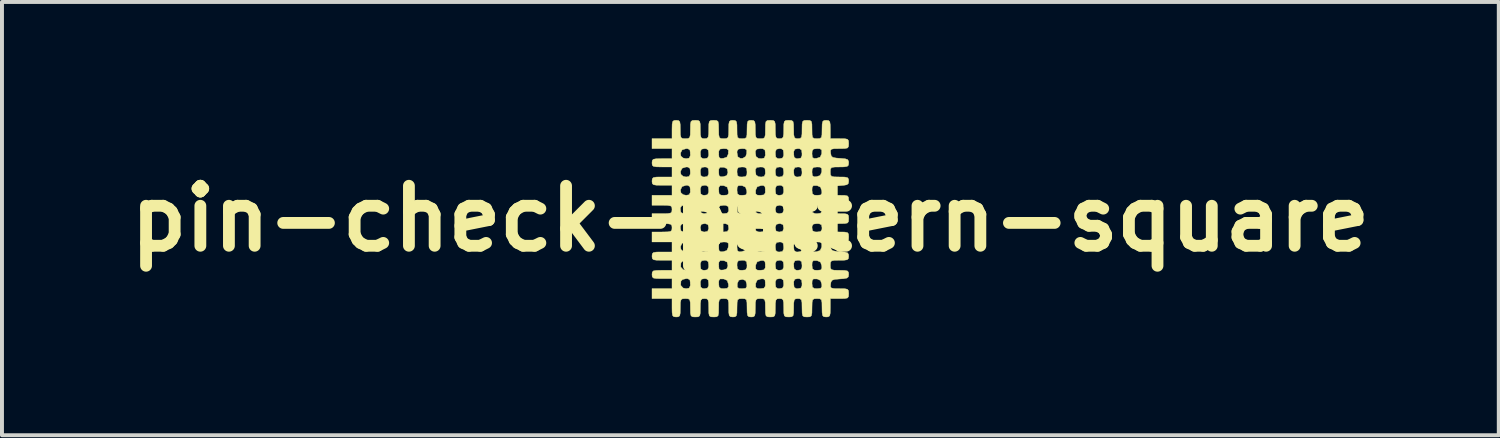
<source format=kicad_pcb>
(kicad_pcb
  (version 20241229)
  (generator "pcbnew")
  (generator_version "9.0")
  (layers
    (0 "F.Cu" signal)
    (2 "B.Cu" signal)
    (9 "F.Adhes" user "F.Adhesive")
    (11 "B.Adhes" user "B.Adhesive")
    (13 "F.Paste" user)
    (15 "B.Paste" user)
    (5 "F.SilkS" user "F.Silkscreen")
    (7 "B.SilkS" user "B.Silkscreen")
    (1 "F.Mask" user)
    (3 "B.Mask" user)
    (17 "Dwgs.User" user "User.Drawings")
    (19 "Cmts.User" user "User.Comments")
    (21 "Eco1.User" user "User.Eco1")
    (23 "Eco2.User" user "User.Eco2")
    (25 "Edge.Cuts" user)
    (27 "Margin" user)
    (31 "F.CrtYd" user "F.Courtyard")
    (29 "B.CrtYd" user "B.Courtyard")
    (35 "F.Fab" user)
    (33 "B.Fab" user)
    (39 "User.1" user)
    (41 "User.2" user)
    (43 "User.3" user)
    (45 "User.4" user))
  (footprint "pin-check-pattern-square"
    (layer "F.Cu")
    (at 16.009 2.503)
    (property "Reference" "pin-check-pattern-square" (at 0 0 0) (layer "F.SilkS") (effects (font (size 1.524 1.524) (thickness 0.3))))
    (attr through_hole)
    (fp_poly (pts (xy -1.324 -2.494) (xy -1.287 -2.468) (xy -1.272 -2.4) (xy -1.27 -2.268) (xy -1.27 -2.265) (xy -1.267 -2.131) (xy -1.253 -2.062) (xy -1.217 -2.036) (xy -1.164 -2.032) (xy -1.104 -2.038) (xy -1.072 -2.07) (xy -1.06 -2.149) (xy -1.058 -2.265) (xy -1.056 -2.398) (xy -1.042 -2.467) (xy -1.005 -2.494) (xy -0.933 -2.498) (xy -0.931 -2.498) (xy -0.859 -2.494) (xy -0.821 -2.468) (xy -0.807 -2.4) (xy -0.804 -2.268) (xy -0.804 -2.265) (xy -0.802 -2.132) (xy -0.788 -2.062) (xy -0.751 -2.036) (xy -0.679 -2.032) (xy -0.677 -2.032) (xy -0.605 -2.036) (xy -0.567 -2.062) (xy -0.553 -2.13) (xy -0.55 -2.261) (xy -0.55 -2.265) (xy -0.548 -2.398) (xy -0.533 -2.468) (xy -0.497 -2.494) (xy -0.445 -2.498) (xy -0.384 -2.492) (xy -0.352 -2.46) (xy -0.34 -2.381) (xy -0.339 -2.265) (xy -0.337 -2.132) (xy -0.323 -2.062) (xy -0.285 -2.036) (xy -0.214 -2.032) (xy -0.212 -2.032) (xy -0.139 -2.036) (xy -0.101 -2.062) (xy -0.087 -2.13) (xy -0.085 -2.261) (xy -0.085 -2.265) (xy -0.082 -2.398) (xy -0.067 -2.468) (xy -0.032 -2.494) (xy 0.021 -2.498) (xy 0.082 -2.492) (xy 0.113 -2.46) (xy 0.125 -2.381) (xy 0.127 -2.265) (xy 0.129 -2.132) (xy 0.143 -2.062) (xy 0.18 -2.036) (xy 0.252 -2.032) (xy 0.254 -2.032) (xy 0.327 -2.036) (xy 0.364 -2.062) (xy 0.379 -2.13) (xy 0.381 -2.261) (xy 0.381 -2.265) (xy 0.383 -2.398) (xy 0.397 -2.467) (xy 0.434 -2.494) (xy 0.506 -2.498) (xy 0.508 -2.498) (xy 0.581 -2.494) (xy 0.618 -2.468) (xy 0.633 -2.4) (xy 0.635 -2.268) (xy 0.635 -2.265) (xy 0.638 -2.131) (xy 0.652 -2.062) (xy 0.688 -2.036) (xy 0.741 -2.032) (xy 0.801 -2.038) (xy 0.833 -2.07) (xy 0.845 -2.149) (xy 0.847 -2.265) (xy 0.849 -2.398) (xy 0.863 -2.467) (xy 0.9 -2.494) (xy 0.972 -2.498) (xy 0.974 -2.498) (xy 1.046 -2.494) (xy 1.084 -2.468) (xy 1.098 -2.4) (xy 1.101 -2.268) (xy 1.101 -2.265) (xy 1.103 -2.131) (xy 1.118 -2.062) (xy 1.154 -2.036) (xy 1.206 -2.032) (xy 1.267 -2.038) (xy 1.299 -2.07) (xy 1.311 -2.149) (xy 1.312 -2.265) (xy 1.314 -2.398) (xy 1.328 -2.467) (xy 1.366 -2.494) (xy 1.437 -2.498) (xy 1.439 -2.498) (xy 1.512 -2.494) (xy 1.55 -2.468) (xy 1.564 -2.4) (xy 1.566 -2.268) (xy 1.566 -2.265) (xy 1.568 -2.132) (xy 1.582 -2.062) (xy 1.62 -2.036) (xy 1.691 -2.032) (xy 1.693 -2.032) (xy 1.766 -2.036) (xy 1.804 -2.062) (xy 1.818 -2.13) (xy 1.82 -2.261) (xy 1.82 -2.265) (xy 1.823 -2.398) (xy 1.838 -2.468) (xy 1.873 -2.494) (xy 1.926 -2.498) (xy 1.987 -2.492) (xy 2.018 -2.46) (xy 2.03 -2.381) (xy 2.032 -2.265) (xy 2.032 -2.032) (xy 2.265 -2.032) (xy 2.398 -2.03) (xy 2.467 -2.016) (xy 2.494 -1.979) (xy 2.498 -1.907) (xy 2.498 -1.905) (xy 2.494 -1.833) (xy 2.469 -1.795) (xy 2.401 -1.78) (xy 2.271 -1.778) (xy 2.262 -1.778) (xy 2.128 -1.776) (xy 2.059 -1.763) (xy 2.036 -1.729) (xy 2.04 -1.664) (xy 2.04 -1.662) (xy 2.054 -1.593) (xy 2.093 -1.557) (xy 2.179 -1.539) (xy 2.275 -1.532) (xy 2.405 -1.521) (xy 2.471 -1.5) (xy 2.495 -1.458) (xy 2.498 -1.416) (xy 2.491 -1.357) (xy 2.458 -1.326) (xy 2.378 -1.314) (xy 2.265 -1.312) (xy 2.132 -1.31) (xy 2.062 -1.296) (xy 2.036 -1.259) (xy 2.032 -1.187) (xy 2.032 -1.185) (xy 2.036 -1.113) (xy 2.062 -1.075) (xy 2.13 -1.061) (xy 2.261 -1.058) (xy 2.265 -1.058) (xy 2.398 -1.056) (xy 2.468 -1.041) (xy 2.494 -1.005) (xy 2.498 -0.955) (xy 2.49 -0.894) (xy 2.453 -0.861) (xy 2.366 -0.845) (xy 2.275 -0.838) (xy 2.145 -0.827) (xy 2.077 -0.805) (xy 2.048 -0.76) (xy 2.04 -0.709) (xy 2.036 -0.643) (xy 2.058 -0.608) (xy 2.126 -0.595) (xy 2.258 -0.593) (xy 2.262 -0.593) (xy 2.396 -0.591) (xy 2.466 -0.577) (xy 2.493 -0.541) (xy 2.498 -0.47) (xy 2.498 -0.466) (xy 2.494 -0.393) (xy 2.468 -0.355) (xy 2.4 -0.341) (xy 2.268 -0.339) (xy 2.265 -0.339) (xy 2.131 -0.336) (xy 2.062 -0.321) (xy 2.036 -0.286) (xy 2.032 -0.233) (xy 2.038 -0.172) (xy 2.07 -0.141) (xy 2.149 -0.129) (xy 2.265 -0.127) (xy 2.398 -0.125) (xy 2.467 -0.111) (xy 2.494 -0.074) (xy 2.498 -0.002) (xy 2.498 0) (xy 2.494 0.073) (xy 2.468 0.11) (xy 2.4 0.125) (xy 2.268 0.127) (xy 2.265 0.127) (xy 2.131 0.13) (xy 2.062 0.144) (xy 2.036 0.18) (xy 2.032 0.233) (xy 2.038 0.293) (xy 2.07 0.325) (xy 2.149 0.337) (xy 2.265 0.339) (xy 2.398 0.341) (xy 2.467 0.355) (xy 2.494 0.392) (xy 2.498 0.464) (xy 2.498 0.466) (xy 2.494 0.538) (xy 2.469 0.576) (xy 2.401 0.59) (xy 2.271 0.593) (xy 2.262 0.593) (xy 2.128 0.595) (xy 2.059 0.608) (xy 2.036 0.642) (xy 2.04 0.707) (xy 2.04 0.709) (xy 2.054 0.777) (xy 2.093 0.814) (xy 2.179 0.831) (xy 2.275 0.838) (xy 2.405 0.849) (xy 2.471 0.87) (xy 2.495 0.912) (xy 2.498 0.955) (xy 2.491 1.014) (xy 2.458 1.045) (xy 2.378 1.057) (xy 2.265 1.058) (xy 2.132 1.06) (xy 2.062 1.074) (xy 2.036 1.112) (xy 2.032 1.183) (xy 2.032 1.185) (xy 2.036 1.258) (xy 2.062 1.296) (xy 2.13 1.31) (xy 2.261 1.312) (xy 2.265 1.312) (xy 2.398 1.315) (xy 2.468 1.33) (xy 2.494 1.365) (xy 2.498 1.416) (xy 2.49 1.477) (xy 2.453 1.51) (xy 2.366 1.526) (xy 2.275 1.532) (xy 2.145 1.543) (xy 2.077 1.565) (xy 2.048 1.611) (xy 2.04 1.662) (xy 2.036 1.728) (xy 2.058 1.762) (xy 2.126 1.776) (xy 2.258 1.778) (xy 2.262 1.778) (xy 2.396 1.78) (xy 2.466 1.794) (xy 2.493 1.83) (xy 2.498 1.9) (xy 2.498 1.905) (xy 2.494 1.978) (xy 2.468 2.015) (xy 2.4 2.03) (xy 2.268 2.032) (xy 2.032 2.032) (xy 2.032 2.265) (xy 2.029 2.398) (xy 2.015 2.468) (xy 1.979 2.494) (xy 1.926 2.498) (xy 1.866 2.492) (xy 1.834 2.46) (xy 1.822 2.381) (xy 1.82 2.265) (xy 1.818 2.132) (xy 1.804 2.062) (xy 1.767 2.036) (xy 1.695 2.032) (xy 1.693 2.032) (xy 1.621 2.036) (xy 1.583 2.062) (xy 1.569 2.13) (xy 1.566 2.261) (xy 1.566 2.265) (xy 1.564 2.398) (xy 1.55 2.467) (xy 1.513 2.494) (xy 1.441 2.498) (xy 1.439 2.498) (xy 1.367 2.494) (xy 1.329 2.468) (xy 1.315 2.4) (xy 1.312 2.268) (xy 1.312 2.265) (xy 1.31 2.131) (xy 1.295 2.062) (xy 1.259 2.036) (xy 1.206 2.032) (xy 1.146 2.038) (xy 1.114 2.07) (xy 1.102 2.149) (xy 1.101 2.265) (xy 1.099 2.398) (xy 1.085 2.467) (xy 1.047 2.494) (xy 0.976 2.498) (xy 0.974 2.498) (xy 0.901 2.494) (xy 0.863 2.468) (xy 0.849 2.4) (xy 0.847 2.268) (xy 0.847 2.265) (xy 0.844 2.131) (xy 0.829 2.062) (xy 0.794 2.036) (xy 0.741 2.032) (xy 0.68 2.038) (xy 0.649 2.07) (xy 0.637 2.149) (xy 0.635 2.265) (xy 0.633 2.398) (xy 0.619 2.467) (xy 0.582 2.494) (xy 0.51 2.498) (xy 0.508 2.498) (xy 0.435 2.494) (xy 0.398 2.468) (xy 0.383 2.4) (xy 0.381 2.268) (xy 0.381 2.265) (xy 0.379 2.132) (xy 0.365 2.062) (xy 0.328 2.036) (xy 0.256 2.032) (xy 0.254 2.032) (xy 0.181 2.036) (xy 0.144 2.062) (xy 0.129 2.13) (xy 0.127 2.261) (xy 0.127 2.265) (xy 0.124 2.398) (xy 0.11 2.468) (xy 0.074 2.494) (xy 0.021 2.498) (xy -0.039 2.492) (xy -0.071 2.46) (xy -0.083 2.381) (xy -0.085 2.265) (xy -0.087 2.132) (xy -0.101 2.062) (xy -0.138 2.036) (xy -0.21 2.032) (xy -0.212 2.032) (xy -0.284 2.036) (xy -0.322 2.062) (xy -0.336 2.13) (xy -0.339 2.261) (xy -0.339 2.265) (xy -0.341 2.398) (xy -0.356 2.468) (xy -0.392 2.494) (xy -0.445 2.498) (xy -0.505 2.492) (xy -0.537 2.46) (xy -0.549 2.381) (xy -0.55 2.265) (xy -0.552 2.132) (xy -0.566 2.062) (xy -0.604 2.036) (xy -0.675 2.032) (xy -0.677 2.032) (xy -0.75 2.036) (xy -0.788 2.062) (xy -0.802 2.13) (xy -0.804 2.261) (xy -0.804 2.265) (xy -0.806 2.398) (xy -0.82 2.467) (xy -0.858 2.494) (xy -0.929 2.498) (xy -0.931 2.498) (xy -1.004 2.494) (xy -1.042 2.468) (xy -1.056 2.4) (xy -1.058 2.268) (xy -1.058 2.265) (xy -1.061 2.131) (xy -1.076 2.062) (xy -1.111 2.036) (xy -1.164 2.032) (xy -1.225 2.038) (xy -1.256 2.07) (xy -1.268 2.149) (xy -1.27 2.265) (xy -1.272 2.398) (xy -1.286 2.467) (xy -1.323 2.494) (xy -1.395 2.498) (xy -1.397 2.498) (xy -1.47 2.494) (xy -1.507 2.468) (xy -1.522 2.4) (xy -1.524 2.268) (xy -1.524 2.265) (xy -1.526 2.132) (xy -1.54 2.062) (xy -1.577 2.036) (xy -1.649 2.032) (xy -1.651 2.032) (xy -1.724 2.036) (xy -1.761 2.062) (xy -1.776 2.13) (xy -1.778 2.261) (xy -1.778 2.265) (xy -1.781 2.398) (xy -1.795 2.468) (xy -1.831 2.494) (xy -1.884 2.498) (xy -1.944 2.492) (xy -1.976 2.46) (xy -1.988 2.381) (xy -1.99 2.265) (xy -1.99 2.032) (xy -2.498 2.032) (xy -2.498 1.778) (xy -1.99 1.778) (xy -1.99 1.694) (xy -1.769 1.694) (xy -1.706 1.763) (xy -1.631 1.778) (xy -1.555 1.765) (xy -1.527 1.707) (xy -1.524 1.651) (xy -1.27 1.651) (xy -1.259 1.742) (xy -1.21 1.775) (xy -1.164 1.778) (xy -1.089 1.764) (xy -1.061 1.706) (xy -1.058 1.651) (xy -1.059 1.648) (xy -0.804 1.648) (xy -0.794 1.739) (xy -0.747 1.774) (xy -0.675 1.778) (xy -0.585 1.769) (xy -0.555 1.727) (xy -0.558 1.662) (xy -0.331 1.662) (xy -0.331 1.743) (xy -0.289 1.774) (xy -0.212 1.778) (xy -0.12 1.77) (xy -0.09 1.729) (xy -0.092 1.662) (xy 0.135 1.662) (xy 0.135 1.743) (xy 0.178 1.774) (xy 0.251 1.778) (xy 0.342 1.768) (xy 0.377 1.721) (xy 0.381 1.651) (xy 0.635 1.651) (xy 0.646 1.742) (xy 0.695 1.775) (xy 0.741 1.778) (xy 0.816 1.764) (xy 0.844 1.706) (xy 0.847 1.651) (xy 1.101 1.651) (xy 1.112 1.742) (xy 1.16 1.775) (xy 1.206 1.778) (xy 1.282 1.764) (xy 1.31 1.706) (xy 1.312 1.651) (xy 1.312 1.648) (xy 1.566 1.648) (xy 1.576 1.739) (xy 1.624 1.774) (xy 1.696 1.778) (xy 1.786 1.769) (xy 1.816 1.727) (xy 1.813 1.662) (xy 1.782 1.571) (xy 1.702 1.534) (xy 1.683 1.532) (xy 1.601 1.532) (xy 1.57 1.575) (xy 1.566 1.648) (xy 1.312 1.648) (xy 1.301 1.56) (xy 1.253 1.527) (xy 1.206 1.524) (xy 1.131 1.538) (xy 1.103 1.596) (xy 1.101 1.651) (xy 0.847 1.651) (xy 0.835 1.56) (xy 0.787 1.527) (xy 0.741 1.524) (xy 0.665 1.538) (xy 0.638 1.596) (xy 0.635 1.651) (xy 0.381 1.651) (xy 0.381 1.648) (xy 0.372 1.558) (xy 0.33 1.529) (xy 0.265 1.532) (xy 0.174 1.562) (xy 0.137 1.642) (xy 0.135 1.662) (xy -0.092 1.662) (xy -0.119 1.574) (xy -0.188 1.546) (xy -0.212 1.545) (xy -0.293 1.564) (xy -0.327 1.636) (xy -0.331 1.662) (xy -0.558 1.662) (xy -0.588 1.571) (xy -0.669 1.534) (xy -0.688 1.532) (xy -0.769 1.532) (xy -0.8 1.575) (xy -0.804 1.648) (xy -1.059 1.648) (xy -1.07 1.56) (xy -1.118 1.527) (xy -1.164 1.524) (xy -1.24 1.538) (xy -1.267 1.596) (xy -1.27 1.651) (xy -1.524 1.651) (xy -1.535 1.56) (xy -1.584 1.527) (xy -1.631 1.524) (xy -1.721 1.546) (xy -1.763 1.587) (xy -1.769 1.694) (xy -1.99 1.694) (xy -1.99 1.524) (xy -2.244 1.524) (xy -2.384 1.522) (xy -2.46 1.51) (xy -2.492 1.479) (xy -2.498 1.422) (xy -2.498 1.418) (xy -2.492 1.36) (xy -2.463 1.328) (xy -2.39 1.315) (xy -2.253 1.312) (xy -2.244 1.312) (xy -1.99 1.312) (xy -1.99 1.228) (xy -1.769 1.228) (xy -1.706 1.297) (xy -1.631 1.312) (xy -1.555 1.299) (xy -1.527 1.242) (xy -1.524 1.185) (xy -1.27 1.185) (xy -1.259 1.276) (xy -1.21 1.309) (xy -1.164 1.312) (xy -1.089 1.299) (xy -1.061 1.241) (xy -1.058 1.185) (xy -0.804 1.185) (xy -0.796 1.277) (xy -0.756 1.307) (xy -0.688 1.305) (xy -0.601 1.278) (xy -0.572 1.209) (xy -0.572 1.185) (xy -0.339 1.185) (xy -0.328 1.275) (xy -0.279 1.308) (xy -0.212 1.312) (xy -0.122 1.302) (xy -0.089 1.252) (xy -0.085 1.196) (xy 0.135 1.196) (xy 0.135 1.277) (xy 0.178 1.308) (xy 0.251 1.312) (xy 0.342 1.302) (xy 0.377 1.255) (xy 0.381 1.185) (xy 0.635 1.185) (xy 0.646 1.276) (xy 0.695 1.309) (xy 0.741 1.312) (xy 0.816 1.299) (xy 0.844 1.241) (xy 0.847 1.185) (xy 1.101 1.185) (xy 1.112 1.276) (xy 1.16 1.309) (xy 1.206 1.312) (xy 1.282 1.299) (xy 1.31 1.241) (xy 1.312 1.185) (xy 1.312 1.183) (xy 1.566 1.183) (xy 1.576 1.274) (xy 1.624 1.308) (xy 1.696 1.312) (xy 1.786 1.304) (xy 1.816 1.262) (xy 1.813 1.196) (xy 1.782 1.105) (xy 1.702 1.069) (xy 1.683 1.066) (xy 1.601 1.066) (xy 1.57 1.11) (xy 1.566 1.183) (xy 1.312 1.183) (xy 1.301 1.095) (xy 1.253 1.061) (xy 1.206 1.058) (xy 1.131 1.072) (xy 1.103 1.13) (xy 1.101 1.185) (xy 0.847 1.185) (xy 0.835 1.095) (xy 0.787 1.061) (xy 0.741 1.058) (xy 0.665 1.072) (xy 0.638 1.13) (xy 0.635 1.185) (xy 0.381 1.185) (xy 0.381 1.183) (xy 0.372 1.093) (xy 0.33 1.063) (xy 0.265 1.066) (xy 0.174 1.096) (xy 0.137 1.177) (xy 0.135 1.196) (xy -0.085 1.196) (xy -0.085 1.185) (xy -0.095 1.095) (xy -0.145 1.062) (xy -0.212 1.058) (xy -0.302 1.069) (xy -0.335 1.118) (xy -0.339 1.185) (xy -0.572 1.185) (xy -0.59 1.104) (xy -0.662 1.07) (xy -0.688 1.066) (xy -0.769 1.066) (xy -0.8 1.108) (xy -0.804 1.185) (xy -1.058 1.185) (xy -1.07 1.095) (xy -1.118 1.061) (xy -1.164 1.058) (xy -1.24 1.072) (xy -1.267 1.13) (xy -1.27 1.185) (xy -1.524 1.185) (xy -1.535 1.095) (xy -1.584 1.061) (xy -1.631 1.058) (xy -1.721 1.081) (xy -1.763 1.122) (xy -1.769 1.228) (xy -1.99 1.228) (xy -1.99 1.058) (xy -2.244 1.058) (xy -2.384 1.056) (xy -2.46 1.044) (xy -2.492 1.013) (xy -2.498 0.956) (xy -2.498 0.953) (xy -2.492 0.894) (xy -2.463 0.862) (xy -2.39 0.849) (xy -2.253 0.847) (xy -2.244 0.847) (xy -1.99 0.847) (xy -1.99 0.708) (xy -1.775 0.708) (xy -1.763 0.783) (xy -1.706 0.831) (xy -1.631 0.847) (xy -1.555 0.833) (xy -1.527 0.776) (xy -1.524 0.72) (xy -1.27 0.72) (xy -1.259 0.81) (xy -1.21 0.844) (xy -1.164 0.847) (xy -1.089 0.833) (xy -1.061 0.775) (xy -1.058 0.722) (xy -0.804 0.722) (xy -0.796 0.812) (xy -0.754 0.842) (xy -0.688 0.839) (xy -0.597 0.809) (xy -0.561 0.728) (xy -0.56 0.722) (xy -0.339 0.722) (xy -0.33 0.812) (xy -0.288 0.842) (xy -0.222 0.839) (xy -0.132 0.809) (xy -0.095 0.728) (xy -0.092 0.709) (xy -0.093 0.691) (xy 0.127 0.691) (xy 0.144 0.796) (xy 0.208 0.84) (xy 0.282 0.847) (xy 0.353 0.831) (xy 0.379 0.769) (xy 0.381 0.72) (xy 0.635 0.72) (xy 0.646 0.81) (xy 0.695 0.844) (xy 0.741 0.847) (xy 0.816 0.833) (xy 0.844 0.775) (xy 0.847 0.72) (xy 1.101 0.72) (xy 1.112 0.81) (xy 1.16 0.844) (xy 1.206 0.847) (xy 1.282 0.833) (xy 1.31 0.775) (xy 1.312 0.722) (xy 1.566 0.722) (xy 1.575 0.812) (xy 1.617 0.842) (xy 1.683 0.839) (xy 1.773 0.809) (xy 1.81 0.728) (xy 1.813 0.709) (xy 1.812 0.628) (xy 1.769 0.597) (xy 1.696 0.593) (xy 1.605 0.603) (xy 1.571 0.65) (xy 1.566 0.722) (xy 1.312 0.722) (xy 1.312 0.72) (xy 1.301 0.629) (xy 1.253 0.596) (xy 1.206 0.593) (xy 1.131 0.606) (xy 1.103 0.664) (xy 1.101 0.72) (xy 0.847 0.72) (xy 0.835 0.629) (xy 0.787 0.596) (xy 0.741 0.593) (xy 0.665 0.606) (xy 0.638 0.664) (xy 0.635 0.72) (xy 0.381 0.72) (xy 0.371 0.63) (xy 0.321 0.597) (xy 0.254 0.593) (xy 0.163 0.605) (xy 0.13 0.653) (xy 0.127 0.691) (xy -0.093 0.691) (xy -0.093 0.628) (xy -0.136 0.597) (xy -0.209 0.593) (xy -0.3 0.603) (xy -0.334 0.65) (xy -0.339 0.722) (xy -0.56 0.722) (xy -0.558 0.709) (xy -0.558 0.628) (xy -0.602 0.597) (xy -0.675 0.593) (xy -0.766 0.603) (xy -0.8 0.65) (xy -0.804 0.722) (xy -1.058 0.722) (xy -1.058 0.72) (xy -1.07 0.629) (xy -1.118 0.596) (xy -1.164 0.593) (xy -1.24 0.606) (xy -1.267 0.664) (xy -1.27 0.72) (xy -1.524 0.72) (xy -1.535 0.629) (xy -1.584 0.596) (xy -1.631 0.593) (xy -1.733 0.625) (xy -1.775 0.708) (xy -1.99 0.708) (xy -1.99 0.593) (xy -2.498 0.593) (xy -2.498 0.339) (xy -2.244 0.339) (xy -2.103 0.336) (xy -2.027 0.324) (xy -1.996 0.294) (xy -1.99 0.237) (xy -1.99 0.233) (xy -1.778 0.233) (xy -1.764 0.308) (xy -1.706 0.336) (xy -1.651 0.339) (xy -1.56 0.327) (xy -1.527 0.279) (xy -1.524 0.233) (xy -1.27 0.233) (xy -1.253 0.313) (xy -1.184 0.338) (xy -1.164 0.339) (xy -1.084 0.321) (xy -1.059 0.252) (xy -1.058 0.233) (xy -0.804 0.233) (xy -0.791 0.308) (xy -0.733 0.336) (xy -0.677 0.339) (xy -0.587 0.327) (xy -0.553 0.279) (xy -0.55 0.233) (xy -0.339 0.233) (xy -0.325 0.308) (xy -0.267 0.336) (xy -0.212 0.339) (xy -0.121 0.327) (xy -0.088 0.279) (xy -0.085 0.233) (xy 0.127 0.233) (xy 0.141 0.308) (xy 0.199 0.336) (xy 0.254 0.339) (xy 0.345 0.327) (xy 0.378 0.279) (xy 0.381 0.233) (xy 0.635 0.233) (xy 0.652 0.313) (xy 0.721 0.338) (xy 0.741 0.339) (xy 0.821 0.321) (xy 0.846 0.252) (xy 0.847 0.233) (xy 1.101 0.233) (xy 1.118 0.313) (xy 1.187 0.338) (xy 1.206 0.339) (xy 1.287 0.321) (xy 1.312 0.252) (xy 1.312 0.233) (xy 1.566 0.233) (xy 1.58 0.308) (xy 1.638 0.336) (xy 1.693 0.339) (xy 1.784 0.327) (xy 1.817 0.279) (xy 1.82 0.233) (xy 1.807 0.157) (xy 1.749 0.13) (xy 1.693 0.127) (xy 1.603 0.138) (xy 1.569 0.187) (xy 1.566 0.233) (xy 1.312 0.233) (xy 1.295 0.152) (xy 1.226 0.127) (xy 1.206 0.127) (xy 1.126 0.144) (xy 1.101 0.213) (xy 1.101 0.233) (xy 0.847 0.233) (xy 0.829 0.152) (xy 0.76 0.127) (xy 0.741 0.127) (xy 0.66 0.144) (xy 0.635 0.213) (xy 0.635 0.233) (xy 0.381 0.233) (xy 0.367 0.157) (xy 0.309 0.13) (xy 0.254 0.127) (xy 0.163 0.138) (xy 0.13 0.187) (xy 0.127 0.233) (xy -0.085 0.233) (xy -0.098 0.157) (xy -0.156 0.13) (xy -0.212 0.127) (xy -0.302 0.138) (xy -0.336 0.187) (xy -0.339 0.233) (xy -0.55 0.233) (xy -0.564 0.157) (xy -0.622 0.13) (xy -0.677 0.127) (xy -0.768 0.138) (xy -0.801 0.187) (xy -0.804 0.233) (xy -1.058 0.233) (xy -1.076 0.152) (xy -1.145 0.127) (xy -1.164 0.127) (xy -1.245 0.144) (xy -1.27 0.213) (xy -1.27 0.233) (xy -1.524 0.233) (xy -1.538 0.157) (xy -1.596 0.13) (xy -1.651 0.127) (xy -1.742 0.138) (xy -1.775 0.187) (xy -1.778 0.233) (xy -1.99 0.233) (xy -1.995 0.174) (xy -2.024 0.143) (xy -2.098 0.13) (xy -2.235 0.127) (xy -2.244 0.127) (xy -2.498 0.127) (xy -2.498 -0.127) (xy -2.244 -0.127) (xy -2.103 -0.129) (xy -2.027 -0.141) (xy -1.996 -0.172) (xy -1.99 -0.229) (xy -1.99 -0.233) (xy -1.778 -0.233) (xy -1.764 -0.157) (xy -1.706 -0.13) (xy -1.651 -0.127) (xy -1.56 -0.138) (xy -1.527 -0.187) (xy -1.524 -0.233) (xy -1.27 -0.233) (xy -1.253 -0.152) (xy -1.184 -0.127) (xy -1.164 -0.127) (xy -1.084 -0.144) (xy -1.059 -0.213) (xy -1.058 -0.233) (xy -0.804 -0.233) (xy -0.791 -0.157) (xy -0.733 -0.13) (xy -0.677 -0.127) (xy -0.587 -0.138) (xy -0.553 -0.187) (xy -0.55 -0.233) (xy -0.339 -0.233) (xy -0.325 -0.157) (xy -0.267 -0.13) (xy -0.212 -0.127) (xy -0.121 -0.138) (xy -0.088 -0.187) (xy -0.085 -0.233) (xy 0.127 -0.233) (xy 0.141 -0.157) (xy 0.199 -0.13) (xy 0.254 -0.127) (xy 0.345 -0.138) (xy 0.378 -0.187) (xy 0.381 -0.233) (xy 0.635 -0.233) (xy 0.652 -0.152) (xy 0.721 -0.127) (xy 0.741 -0.127) (xy 0.821 -0.144) (xy 0.846 -0.213) (xy 0.847 -0.233) (xy 1.101 -0.233) (xy 1.118 -0.152) (xy 1.187 -0.127) (xy 1.206 -0.127) (xy 1.287 -0.144) (xy 1.312 -0.213) (xy 1.312 -0.233) (xy 1.566 -0.233) (xy 1.58 -0.157) (xy 1.638 -0.13) (xy 1.693 -0.127) (xy 1.784 -0.138) (xy 1.817 -0.187) (xy 1.82 -0.233) (xy 1.807 -0.308) (xy 1.749 -0.336) (xy 1.693 -0.339) (xy 1.603 -0.327) (xy 1.569 -0.279) (xy 1.566 -0.233) (xy 1.312 -0.233) (xy 1.295 -0.313) (xy 1.226 -0.338) (xy 1.206 -0.339) (xy 1.126 -0.321) (xy 1.101 -0.252) (xy 1.101 -0.233) (xy 0.847 -0.233) (xy 0.829 -0.313) (xy 0.76 -0.338) (xy 0.741 -0.339) (xy 0.66 -0.321) (xy 0.635 -0.252) (xy 0.635 -0.233) (xy 0.381 -0.233) (xy 0.367 -0.308) (xy 0.309 -0.336) (xy 0.254 -0.339) (xy 0.163 -0.327) (xy 0.13 -0.279) (xy 0.127 -0.233) (xy -0.085 -0.233) (xy -0.098 -0.308) (xy -0.156 -0.336) (xy -0.212 -0.339) (xy -0.302 -0.327) (xy -0.336 -0.279) (xy -0.339 -0.233) (xy -0.55 -0.233) (xy -0.564 -0.308) (xy -0.622 -0.336) (xy -0.677 -0.339) (xy -0.768 -0.327) (xy -0.801 -0.279) (xy -0.804 -0.233) (xy -1.058 -0.233) (xy -1.076 -0.313) (xy -1.145 -0.338) (xy -1.164 -0.339) (xy -1.245 -0.321) (xy -1.27 -0.252) (xy -1.27 -0.233) (xy -1.524 -0.233) (xy -1.538 -0.308) (xy -1.596 -0.336) (xy -1.651 -0.339) (xy -1.742 -0.327) (xy -1.775 -0.279) (xy -1.778 -0.233) (xy -1.99 -0.233) (xy -1.995 -0.291) (xy -2.024 -0.323) (xy -2.098 -0.336) (xy -2.235 -0.339) (xy -2.244 -0.339) (xy -2.498 -0.339) (xy -2.498 -0.593) (xy -1.99 -0.593) (xy -1.99 -0.731) (xy -1.775 -0.731) (xy -1.763 -0.656) (xy -1.706 -0.608) (xy -1.631 -0.593) (xy -1.555 -0.606) (xy -1.527 -0.663) (xy -1.524 -0.72) (xy -1.27 -0.72) (xy -1.259 -0.629) (xy -1.21 -0.596) (xy -1.164 -0.593) (xy -1.089 -0.606) (xy -1.061 -0.664) (xy -1.058 -0.72) (xy -1.059 -0.722) (xy -0.804 -0.722) (xy -0.794 -0.631) (xy -0.747 -0.597) (xy -0.675 -0.593) (xy -0.585 -0.601) (xy -0.555 -0.643) (xy -0.558 -0.709) (xy -0.563 -0.722) (xy -0.339 -0.722) (xy -0.329 -0.631) (xy -0.281 -0.597) (xy -0.209 -0.593) (xy -0.119 -0.601) (xy -0.089 -0.643) (xy -0.092 -0.709) (xy 0.135 -0.709) (xy 0.135 -0.628) (xy 0.178 -0.597) (xy 0.251 -0.593) (xy 0.342 -0.603) (xy 0.377 -0.65) (xy 0.381 -0.72) (xy 0.635 -0.72) (xy 0.646 -0.629) (xy 0.695 -0.596) (xy 0.741 -0.593) (xy 0.816 -0.606) (xy 0.844 -0.664) (xy 0.847 -0.72) (xy 1.101 -0.72) (xy 1.112 -0.629) (xy 1.16 -0.596) (xy 1.206 -0.593) (xy 1.282 -0.606) (xy 1.31 -0.664) (xy 1.312 -0.72) (xy 1.312 -0.722) (xy 1.566 -0.722) (xy 1.576 -0.631) (xy 1.624 -0.597) (xy 1.696 -0.593) (xy 1.786 -0.601) (xy 1.816 -0.643) (xy 1.813 -0.709) (xy 1.782 -0.8) (xy 1.702 -0.836) (xy 1.683 -0.839) (xy 1.601 -0.839) (xy 1.57 -0.795) (xy 1.566 -0.722) (xy 1.312 -0.722) (xy 1.301 -0.81) (xy 1.253 -0.844) (xy 1.206 -0.847) (xy 1.131 -0.833) (xy 1.103 -0.775) (xy 1.101 -0.72) (xy 0.847 -0.72) (xy 0.835 -0.81) (xy 0.787 -0.844) (xy 0.741 -0.847) (xy 0.665 -0.833) (xy 0.638 -0.775) (xy 0.635 -0.72) (xy 0.381 -0.72) (xy 0.381 -0.722) (xy 0.372 -0.812) (xy 0.33 -0.842) (xy 0.265 -0.839) (xy 0.174 -0.809) (xy 0.137 -0.728) (xy 0.135 -0.709) (xy -0.092 -0.709) (xy -0.123 -0.8) (xy -0.203 -0.836) (xy -0.222 -0.839) (xy -0.304 -0.839) (xy -0.335 -0.795) (xy -0.339 -0.722) (xy -0.563 -0.722) (xy -0.588 -0.8) (xy -0.669 -0.836) (xy -0.688 -0.839) (xy -0.769 -0.839) (xy -0.8 -0.795) (xy -0.804 -0.722) (xy -1.059 -0.722) (xy -1.07 -0.81) (xy -1.118 -0.844) (xy -1.164 -0.847) (xy -1.24 -0.833) (xy -1.267 -0.775) (xy -1.27 -0.72) (xy -1.524 -0.72) (xy -1.535 -0.81) (xy -1.584 -0.844) (xy -1.631 -0.847) (xy -1.733 -0.815) (xy -1.775 -0.731) (xy -1.99 -0.731) (xy -1.99 -0.847) (xy -2.244 -0.847) (xy -2.384 -0.849) (xy -2.46 -0.861) (xy -2.492 -0.892) (xy -2.498 -0.949) (xy -2.498 -0.953) (xy -2.492 -1.011) (xy -2.463 -1.043) (xy -2.39 -1.056) (xy -2.253 -1.058) (xy -2.244 -1.058) (xy -1.99 -1.058) (xy -1.99 -1.197) (xy -1.775 -1.197) (xy -1.763 -1.122) (xy -1.706 -1.074) (xy -1.631 -1.058) (xy -1.555 -1.072) (xy -1.527 -1.129) (xy -1.524 -1.185) (xy -1.27 -1.185) (xy -1.259 -1.095) (xy -1.21 -1.061) (xy -1.164 -1.058) (xy -1.089 -1.072) (xy -1.061 -1.13) (xy -1.058 -1.185) (xy -0.804 -1.185) (xy -0.796 -1.094) (xy -0.756 -1.063) (xy -0.688 -1.066) (xy -0.601 -1.093) (xy -0.572 -1.162) (xy -0.572 -1.185) (xy -0.339 -1.185) (xy -0.328 -1.095) (xy -0.279 -1.062) (xy -0.212 -1.058) (xy -0.122 -1.069) (xy -0.089 -1.118) (xy -0.085 -1.185) (xy -0.088 -1.214) (xy 0.127 -1.214) (xy 0.144 -1.109) (xy 0.208 -1.065) (xy 0.282 -1.058) (xy 0.353 -1.074) (xy 0.379 -1.136) (xy 0.381 -1.185) (xy 0.635 -1.185) (xy 0.646 -1.095) (xy 0.695 -1.061) (xy 0.741 -1.058) (xy 0.816 -1.072) (xy 0.844 -1.13) (xy 0.847 -1.185) (xy 1.101 -1.185) (xy 1.112 -1.095) (xy 1.16 -1.061) (xy 1.206 -1.058) (xy 1.282 -1.072) (xy 1.31 -1.13) (xy 1.312 -1.183) (xy 1.566 -1.183) (xy 1.575 -1.093) (xy 1.617 -1.063) (xy 1.683 -1.066) (xy 1.773 -1.096) (xy 1.81 -1.177) (xy 1.813 -1.196) (xy 1.812 -1.277) (xy 1.769 -1.308) (xy 1.696 -1.312) (xy 1.605 -1.302) (xy 1.571 -1.255) (xy 1.566 -1.183) (xy 1.312 -1.183) (xy 1.312 -1.185) (xy 1.301 -1.276) (xy 1.253 -1.309) (xy 1.206 -1.312) (xy 1.131 -1.299) (xy 1.103 -1.241) (xy 1.101 -1.185) (xy 0.847 -1.185) (xy 0.835 -1.276) (xy 0.787 -1.309) (xy 0.741 -1.312) (xy 0.665 -1.299) (xy 0.638 -1.241) (xy 0.635 -1.185) (xy 0.381 -1.185) (xy 0.371 -1.275) (xy 0.321 -1.308) (xy 0.254 -1.312) (xy 0.163 -1.3) (xy 0.13 -1.252) (xy 0.127 -1.214) (xy -0.088 -1.214) (xy -0.095 -1.275) (xy -0.145 -1.308) (xy -0.212 -1.312) (xy -0.302 -1.302) (xy -0.335 -1.252) (xy -0.339 -1.185) (xy -0.572 -1.185) (xy -0.59 -1.267) (xy -0.662 -1.301) (xy -0.688 -1.305) (xy -0.769 -1.304) (xy -0.8 -1.262) (xy -0.804 -1.185) (xy -1.058 -1.185) (xy -1.07 -1.276) (xy -1.118 -1.309) (xy -1.164 -1.312) (xy -1.24 -1.299) (xy -1.267 -1.241) (xy -1.27 -1.185) (xy -1.524 -1.185) (xy -1.535 -1.276) (xy -1.584 -1.309) (xy -1.631 -1.312) (xy -1.733 -1.28) (xy -1.775 -1.197) (xy -1.99 -1.197) (xy -1.99 -1.312) (xy -2.244 -1.312) (xy -2.384 -1.315) (xy -2.46 -1.327) (xy -2.492 -1.357) (xy -2.498 -1.414) (xy -2.498 -1.418) (xy -2.492 -1.477) (xy -2.463 -1.508) (xy -2.39 -1.521) (xy -2.253 -1.524) (xy -2.244 -1.524) (xy -1.99 -1.524) (xy -1.99 -1.663) (xy -1.775 -1.663) (xy -1.763 -1.587) (xy -1.706 -1.539) (xy -1.631 -1.524) (xy -1.555 -1.537) (xy -1.527 -1.595) (xy -1.524 -1.651) (xy -1.27 -1.651) (xy -1.259 -1.56) (xy -1.21 -1.527) (xy -1.164 -1.524) (xy -1.089 -1.538) (xy -1.061 -1.596) (xy -1.058 -1.648) (xy -0.804 -1.648) (xy -0.796 -1.558) (xy -0.754 -1.529) (xy -0.688 -1.532) (xy -0.597 -1.562) (xy -0.561 -1.642) (xy -0.558 -1.662) (xy -0.558 -1.679) (xy -0.339 -1.679) (xy -0.32 -1.572) (xy -0.256 -1.531) (xy -0.192 -1.533) (xy -0.118 -1.579) (xy -0.092 -1.662) (xy -0.093 -1.679) (xy 0.127 -1.679) (xy 0.144 -1.575) (xy 0.208 -1.53) (xy 0.282 -1.524) (xy 0.353 -1.539) (xy 0.379 -1.602) (xy 0.381 -1.651) (xy 0.635 -1.651) (xy 0.646 -1.56) (xy 0.695 -1.527) (xy 0.741 -1.524) (xy 0.816 -1.538) (xy 0.844 -1.596) (xy 0.847 -1.651) (xy 1.101 -1.651) (xy 1.112 -1.56) (xy 1.16 -1.527) (xy 1.206 -1.524) (xy 1.282 -1.538) (xy 1.31 -1.596) (xy 1.312 -1.648) (xy 1.566 -1.648) (xy 1.575 -1.558) (xy 1.617 -1.529) (xy 1.683 -1.532) (xy 1.773 -1.562) (xy 1.81 -1.642) (xy 1.813 -1.662) (xy 1.812 -1.743) (xy 1.769 -1.774) (xy 1.696 -1.778) (xy 1.605 -1.768) (xy 1.571 -1.721) (xy 1.566 -1.648) (xy 1.312 -1.648) (xy 1.312 -1.651) (xy 1.301 -1.742) (xy 1.253 -1.775) (xy 1.206 -1.778) (xy 1.131 -1.764) (xy 1.103 -1.706) (xy 1.101 -1.651) (xy 0.847 -1.651) (xy 0.835 -1.742) (xy 0.787 -1.775) (xy 0.741 -1.778) (xy 0.665 -1.764) (xy 0.638 -1.706) (xy 0.635 -1.651) (xy 0.381 -1.651) (xy 0.371 -1.741) (xy 0.321 -1.774) (xy 0.254 -1.778) (xy 0.163 -1.766) (xy 0.13 -1.718) (xy 0.127 -1.679) (xy -0.093 -1.679) (xy -0.093 -1.743) (xy -0.136 -1.774) (xy -0.209 -1.778) (xy -0.301 -1.767) (xy -0.336 -1.72) (xy -0.339 -1.679) (xy -0.558 -1.679) (xy -0.558 -1.743) (xy -0.602 -1.774) (xy -0.675 -1.778) (xy -0.766 -1.768) (xy -0.8 -1.721) (xy -0.804 -1.648) (xy -1.058 -1.648) (xy -1.058 -1.651) (xy -1.07 -1.742) (xy -1.118 -1.775) (xy -1.164 -1.778) (xy -1.24 -1.764) (xy -1.267 -1.706) (xy -1.27 -1.651) (xy -1.524 -1.651) (xy -1.535 -1.742) (xy -1.584 -1.775) (xy -1.631 -1.778) (xy -1.733 -1.746) (xy -1.775 -1.663) (xy -1.99 -1.663) (xy -1.99 -1.778) (xy -2.498 -1.778) (xy -2.498 -2.032) (xy -1.99 -2.032) (xy -1.99 -2.265) (xy -1.987 -2.398) (xy -1.972 -2.468) (xy -1.937 -2.494) (xy -1.884 -2.498) (xy -1.823 -2.492) (xy -1.792 -2.46) (xy -1.78 -2.381) (xy -1.778 -2.265) (xy -1.776 -2.132) (xy -1.762 -2.062) (xy -1.725 -2.036) (xy -1.653 -2.032) (xy -1.651 -2.032) (xy -1.578 -2.036) (xy -1.541 -2.062) (xy -1.526 -2.13) (xy -1.524 -2.261) (xy -1.524 -2.265) (xy -1.522 -2.398) (xy -1.508 -2.467) (xy -1.471 -2.494) (xy -1.399 -2.498) (xy -1.397 -2.498) (xy -1.324 -2.494)) (stroke (width 0.01) (type solid)) (fill yes) (layer "F.SilkS")))
  (gr_rect
    (start -3 -3)
    (end 35.019 8.005)
    (stroke (width 0.1) (type default))
    (fill no)
    (layer "Edge.Cuts")))
</source>
